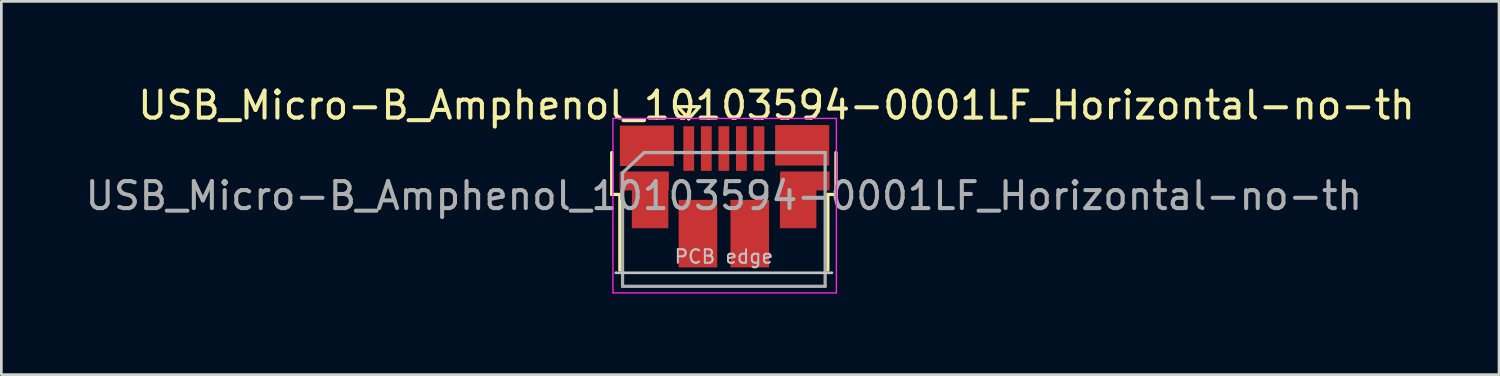
<source format=kicad_pcb>
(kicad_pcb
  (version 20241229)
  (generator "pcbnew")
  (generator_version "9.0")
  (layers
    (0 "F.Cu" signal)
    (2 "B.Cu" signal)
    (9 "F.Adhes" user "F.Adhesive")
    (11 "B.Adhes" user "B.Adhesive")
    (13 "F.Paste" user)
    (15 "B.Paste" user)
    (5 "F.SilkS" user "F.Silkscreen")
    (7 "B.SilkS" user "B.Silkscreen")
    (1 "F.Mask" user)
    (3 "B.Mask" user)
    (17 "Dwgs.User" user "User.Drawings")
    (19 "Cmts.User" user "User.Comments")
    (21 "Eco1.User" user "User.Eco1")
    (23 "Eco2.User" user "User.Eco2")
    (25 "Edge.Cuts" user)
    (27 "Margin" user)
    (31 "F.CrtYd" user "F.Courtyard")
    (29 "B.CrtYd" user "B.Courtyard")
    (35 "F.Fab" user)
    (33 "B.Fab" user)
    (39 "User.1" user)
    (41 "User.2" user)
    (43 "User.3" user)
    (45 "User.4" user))
  (footprint "USB_Micro-B_Amphenol_10103594-0001LF_Horizontal-no-th"
    (layer "F.Cu")
    (at 23.769 4.213)
    (property "Reference" "USB_Micro-B_Amphenol_10103594-0001LF_Horizontal-no-th" (at 1.925 -3.365 0) (layer "F.SilkS") (effects (font (size 1 1) (thickness 0.15))))
    (attr smd)
    (fp_line (start -4.175 -0.065) (end -4.175 -1.615) (stroke (width 0.12) (type solid)) (layer "F.SilkS"))
    (fp_line (start -4.175 -0.065) (end -3.875 -0.065) (stroke (width 0.12) (type solid)) (layer "F.SilkS"))
    (fp_line (start -3.875 2.735) (end -3.875 -0.065) (stroke (width 0.12) (type solid)) (layer "F.SilkS"))
    (fp_line (start -1.725 -3.315) (end -0.925 -3.315) (stroke (width 0.12) (type solid)) (layer "F.SilkS"))
    (fp_line (start -1.325 -2.865) (end -1.725 -3.315) (stroke (width 0.12) (type solid)) (layer "F.SilkS"))
    (fp_line (start -0.925 -3.315) (end -1.325 -2.865) (stroke (width 0.12) (type solid)) (layer "F.SilkS"))
    (fp_line (start 3.825 -0.065) (end 4.125 -0.065) (stroke (width 0.12) (type solid)) (layer "F.SilkS"))
    (fp_line (start 3.825 2.735) (end 3.825 -0.065) (stroke (width 0.12) (type solid)) (layer "F.SilkS"))
    (fp_line (start 4.125 -0.065) (end 4.125 -1.615) (stroke (width 0.12) (type solid)) (layer "F.SilkS"))
    (fp_line (start -4.025 2.835) (end 3.975 2.835) (stroke (width 0.1) (type solid)) (layer "Dwgs.User"))
    (fp_line (start -4.13 -2.88) (end -4.13 3.58) (stroke (width 0.05) (type solid)) (layer "F.CrtYd"))
    (fp_line (start -4.13 -2.88) (end 4.14 -2.88) (stroke (width 0.05) (type solid)) (layer "F.CrtYd"))
    (fp_line (start 4.14 3.58) (end -4.13 3.58) (stroke (width 0.05) (type solid)) (layer "F.CrtYd"))
    (fp_line (start 4.14 3.58) (end 4.14 -2.88) (stroke (width 0.05) (type solid)) (layer "F.CrtYd"))
    (fp_line (start -3.775 -0.865) (end -2.975 -1.615) (stroke (width 0.12) (type solid)) (layer "F.Fab"))
    (fp_line (start -3.775 3.335) (end -3.775 -0.865) (stroke (width 0.12) (type solid)) (layer "F.Fab"))
    (fp_line (start -2.975 -1.615) (end 3.725 -1.615) (stroke (width 0.12) (type solid)) (layer "F.Fab"))
    (fp_line (start 3.725 -1.615) (end 3.725 3.335) (stroke (width 0.12) (type solid)) (layer "F.Fab"))
    (fp_line (start 3.725 3.335) (end -3.775 3.335) (stroke (width 0.12) (type solid)) (layer "F.Fab"))
    (fp_text user "PCB edge" (at -0.025 2.235 0) (layer "Dwgs.User") (effects (font (size 0.5 0.5) (thickness 0.075))))
    (fp_text user "${REFERENCE}" (at -0.025 -0.015 0) (layer "F.Fab") (effects (font (size 1 1) (thickness 0.15))))
    (pad "1" smd rect (at -1.325 -1.765 90) (size 1.65 0.4) (layers "F.Cu" "F.Mask" "F.Paste"))
    (pad "2" smd rect (at -0.675 -1.765 90) (size 1.65 0.4) (layers "F.Cu" "F.Mask" "F.Paste"))
    (pad "3" smd rect (at -0.025 -1.765 90) (size 1.65 0.4) (layers "F.Cu" "F.Mask" "F.Paste"))
    (pad "4" smd rect (at 0.625 -1.765 90) (size 1.65 0.4) (layers "F.Cu" "F.Mask" "F.Paste"))
    (pad "5" smd rect (at 1.275 -1.765 90) (size 1.65 0.4) (layers "F.Cu" "F.Mask" "F.Paste"))
    (pad "6" smd rect (at -2.975 -0.565) (size 1.825 0.7) (layers "F.Cu" "F.Mask" "F.Paste"))
    (pad "6" smd rect (at -2.875 -1.865) (size 2 1.5) (layers "F.Cu" "F.Mask" "F.Paste"))
    (pad "6" smd rect (at -2.755 0.185) (size 1.35 2) (layers "F.Cu" "F.Mask" "F.Paste"))
    (pad "6" smd rect (at -0.985 1.385 90) (size 2.5 1.43) (layers "F.Cu" "F.Mask" "F.Paste"))
    (pad "6" smd rect (at 0.935 1.385 90) (size 2.5 1.43) (layers "F.Cu" "F.Mask" "F.Paste"))
    (pad "6" smd rect (at 2.725 0.185) (size 1.35 2) (layers "F.Cu" "F.Mask" "F.Paste"))
    (pad "6" smd rect (at 2.875 -1.885) (size 2 1.5) (layers "F.Cu" "F.Mask" "F.Paste"))
    (pad "6" smd rect (at 2.975 -0.565) (size 1.825 0.7) (layers "F.Cu" "F.Mask" "F.Paste")))
  (gr_rect
    (start -3 -3)
    (end 52.438 10.818)
    (stroke (width 0.1) (type default))
    (fill no)
    (layer "Edge.Cuts")))
</source>
